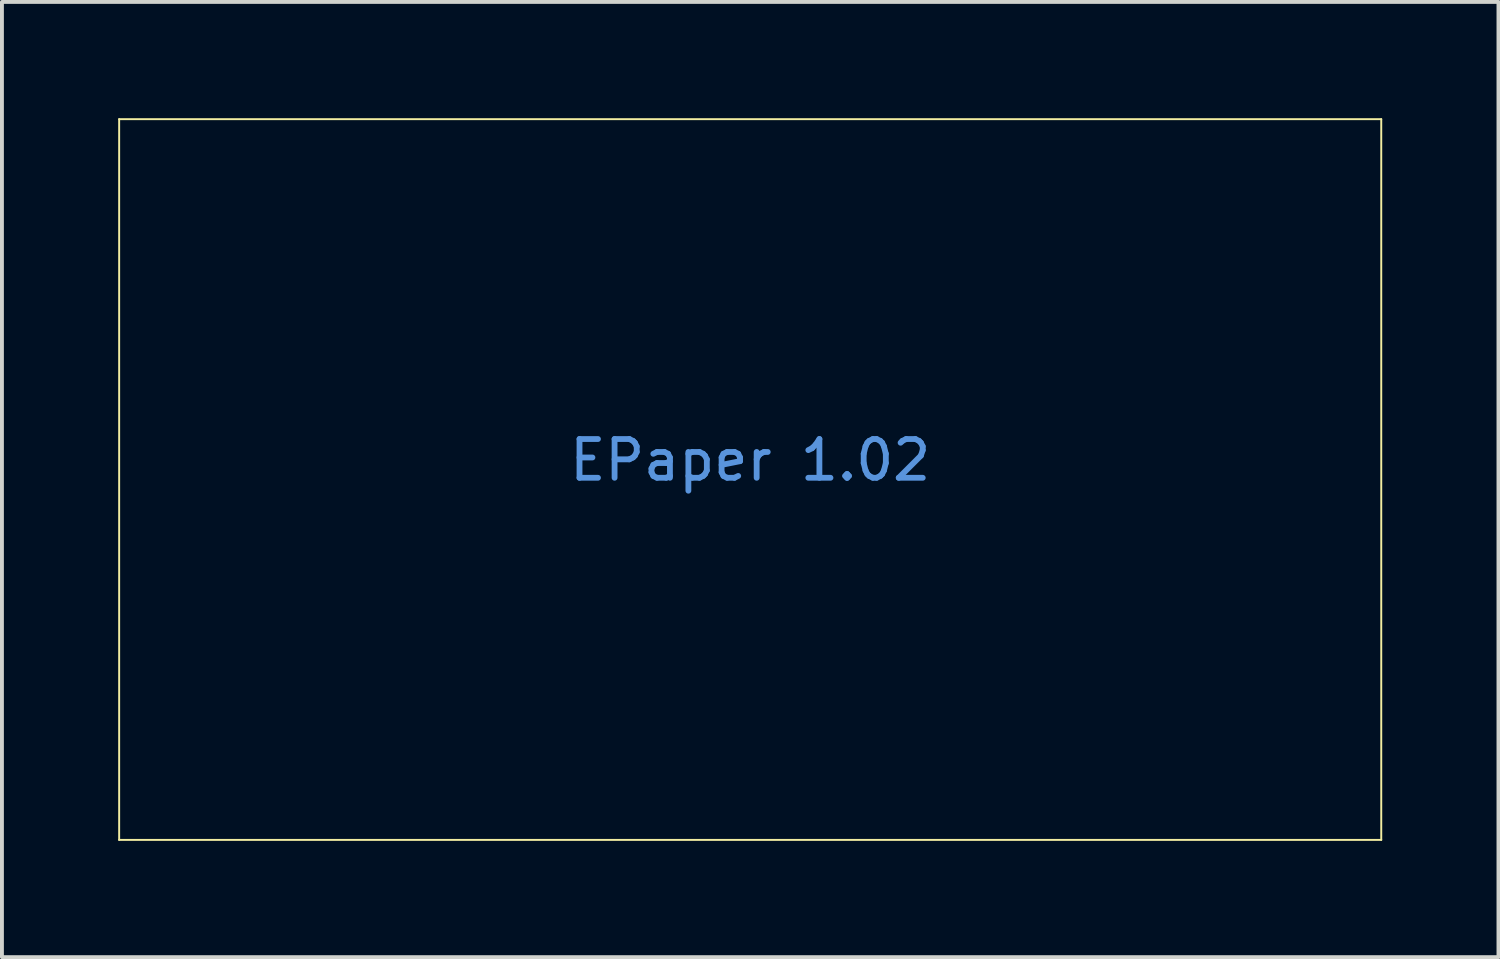
<source format=kicad_pcb>
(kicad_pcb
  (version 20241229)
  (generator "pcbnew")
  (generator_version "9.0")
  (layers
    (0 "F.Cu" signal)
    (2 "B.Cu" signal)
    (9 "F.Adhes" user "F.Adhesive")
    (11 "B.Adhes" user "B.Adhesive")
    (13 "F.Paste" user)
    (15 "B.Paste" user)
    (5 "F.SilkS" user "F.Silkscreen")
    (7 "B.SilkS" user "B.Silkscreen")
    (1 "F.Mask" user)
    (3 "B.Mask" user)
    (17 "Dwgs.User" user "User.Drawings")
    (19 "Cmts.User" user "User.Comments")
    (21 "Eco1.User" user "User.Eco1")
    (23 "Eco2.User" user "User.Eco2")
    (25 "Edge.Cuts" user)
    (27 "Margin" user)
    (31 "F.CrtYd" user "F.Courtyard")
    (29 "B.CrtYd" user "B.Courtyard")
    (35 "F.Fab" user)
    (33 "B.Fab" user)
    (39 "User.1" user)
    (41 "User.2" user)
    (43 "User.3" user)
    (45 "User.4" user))
  (footprint "EPaper 1.02"
    (layer "F.Cu")
    (at 16.31 9.325)
    (property "Reference" "EPaper 1.02" (at 0 -0.5 0) (unlocked yes) (layer "Cmts.User") (effects (font (size 1 1) (thickness 0.15))))
    (attr smd)
    (fp_line (start -16.285 -9.3) (end 16.285 -9.3) (stroke (width 0.05) (type solid)) (layer "F.SilkS"))
    (fp_line (start -16.285 9.3) (end -16.285 -9.3) (stroke (width 0.05) (type solid)) (layer "F.SilkS"))
    (fp_line (start 16.285 -9.3) (end 16.285 9.3) (stroke (width 0.05) (type solid)) (layer "F.SilkS"))
    (fp_line (start 16.285 9.3) (end -16.285 9.3) (stroke (width 0.05) (type solid)) (layer "F.SilkS")))
  (gr_rect
    (start -3 -3)
    (end 35.62 21.65)
    (stroke (width 0.1) (type default))
    (fill no)
    (layer "Edge.Cuts")))
</source>
